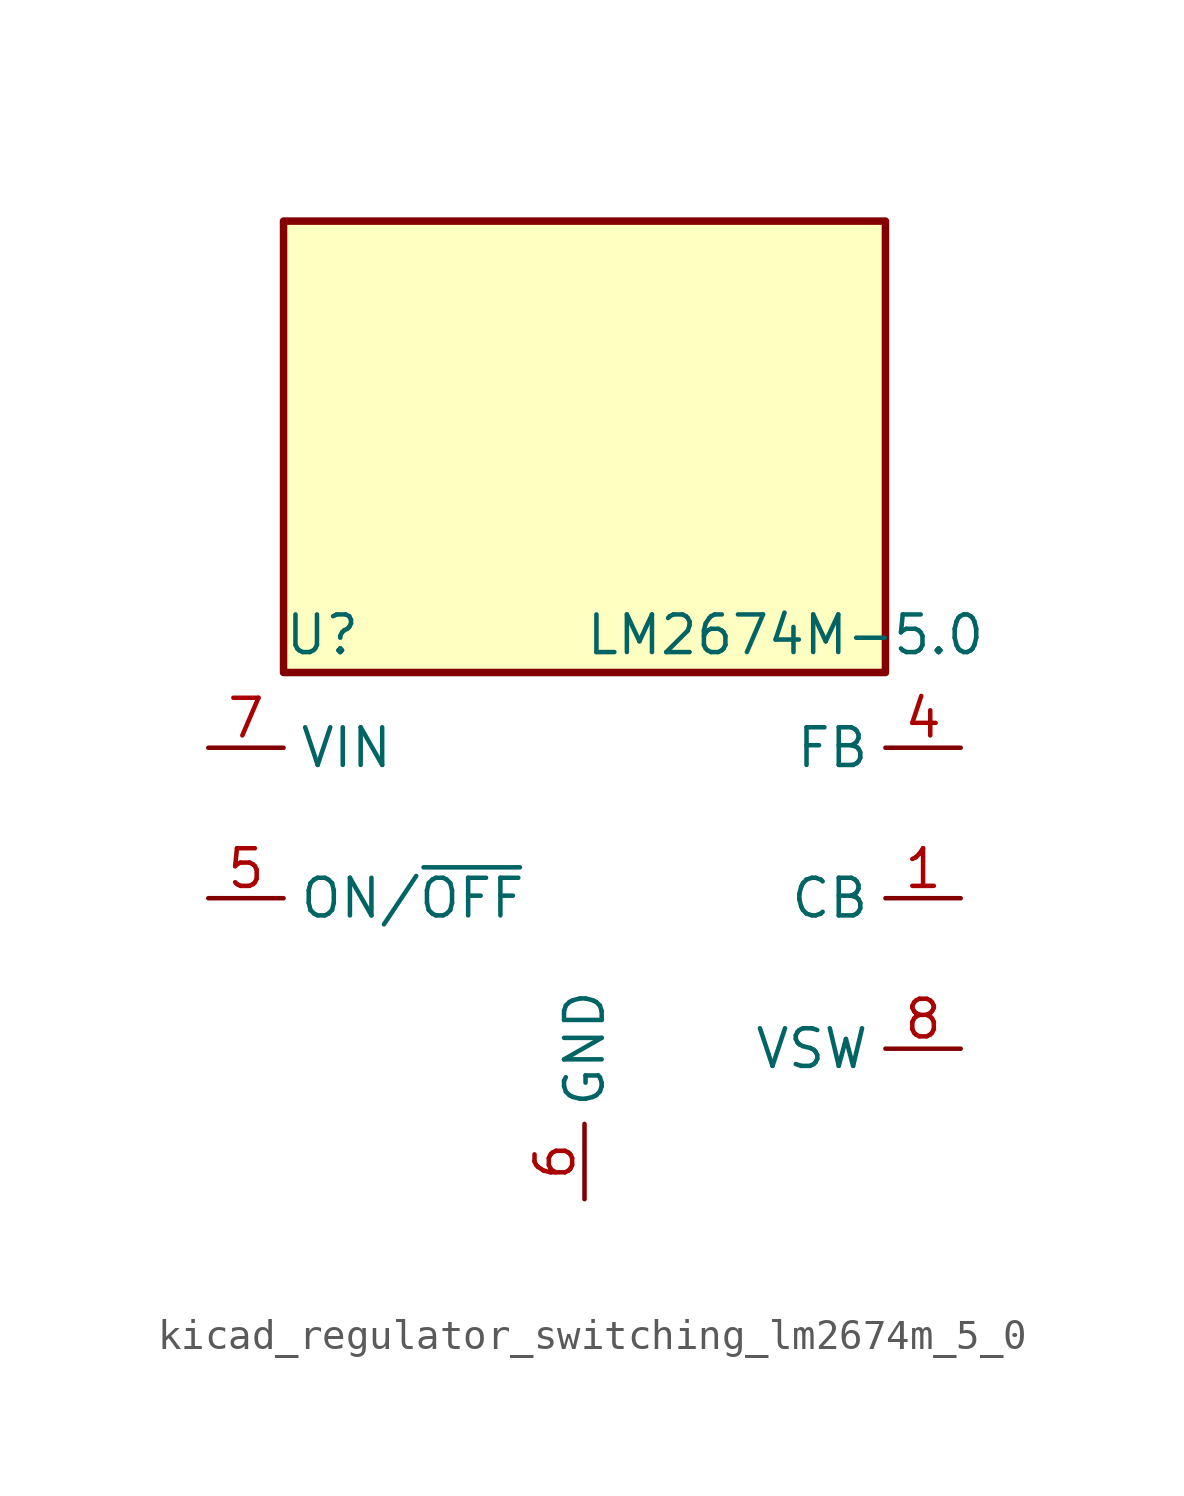
<source format=kicad_sym>
(kicad_symbol_lib
  (version 20220914)
  (generator kicad_symbol_editor)
  (symbol "kicad_regulator_switching_lm2674m_5_0"
    (property "Reference" "U"
      (at -10.16 8.89 0)
      (effects (font (size 1.27 1.27)) (justify left)))
    (property "Value" "LM2674M-5.0"
      (at 0 8.89 0)
      (effects (font (size 1.27 1.27)) (justify left)))
    (symbol "kicad_regulator_switching_lm2674m_5_0_0_1"
      (rectangle (start 10.16 22.86) (end -10.16 7.62) (stroke (width 0.254) (type default)) (fill (type background))))
    (symbol "kicad_regulator_switching_lm2674m_5_0_1_1"
      (pin input line (at 12.7 0 180) (length 2.54) (name "CB" (effects (font (size 1.27 1.27)))) (number "1" (effects (font (size 1.27 1.27)))))
      (pin no_connect line (at -10.16 -2.54 0) (length 2.54) hide (name "NC" (effects (font (size 1.27 1.27)))) (number "2" (effects (font (size 1.27 1.27)))))
      (pin no_connect line (at -10.16 -5.08 0) (length 2.54) hide (name "NC" (effects (font (size 1.27 1.27)))) (number "3" (effects (font (size 1.27 1.27)))))
      (pin input line (at 12.7 5.08 180) (length 2.54) (name "FB" (effects (font (size 1.27 1.27)))) (number "4" (effects (font (size 1.27 1.27)))))
      (pin input line (at -12.7 0 0) (length 2.54) (name "ON/~{OFF}" (effects (font (size 1.27 1.27)))) (number "5" (effects (font (size 1.27 1.27)))))
      (pin power_in line (at 0 -10.16 90) (length 2.54) (name "GND" (effects (font (size 1.27 1.27)))) (number "6" (effects (font (size 1.27 1.27)))))
      (pin power_in line (at -12.7 5.08 0) (length 2.54) (name "VIN" (effects (font (size 1.27 1.27)))) (number "7" (effects (font (size 1.27 1.27)))))
      (pin output line (at 12.7 -5.08 180) (length 2.54) (name "VSW" (effects (font (size 1.27 1.27)))) (number "8" (effects (font (size 1.27 1.27))))))))
</source>
